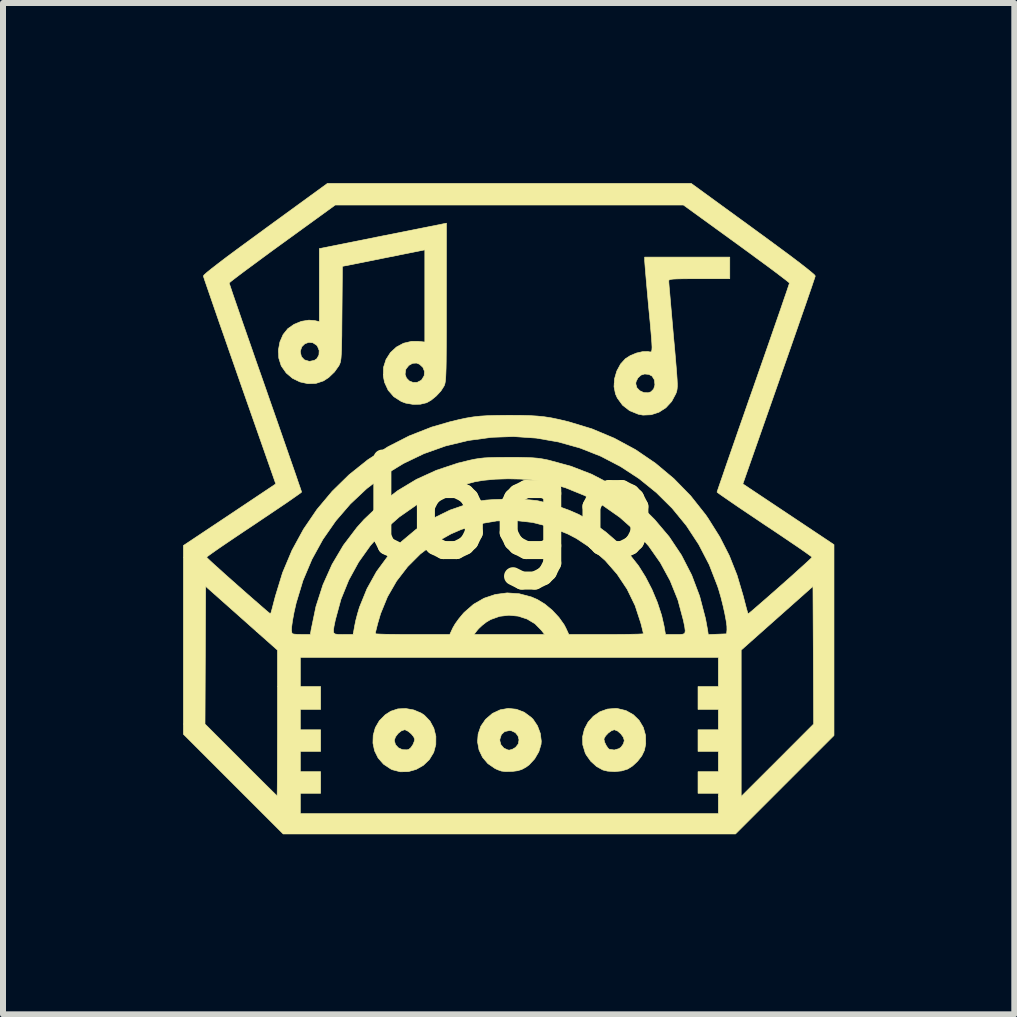
<source format=kicad_pcb>
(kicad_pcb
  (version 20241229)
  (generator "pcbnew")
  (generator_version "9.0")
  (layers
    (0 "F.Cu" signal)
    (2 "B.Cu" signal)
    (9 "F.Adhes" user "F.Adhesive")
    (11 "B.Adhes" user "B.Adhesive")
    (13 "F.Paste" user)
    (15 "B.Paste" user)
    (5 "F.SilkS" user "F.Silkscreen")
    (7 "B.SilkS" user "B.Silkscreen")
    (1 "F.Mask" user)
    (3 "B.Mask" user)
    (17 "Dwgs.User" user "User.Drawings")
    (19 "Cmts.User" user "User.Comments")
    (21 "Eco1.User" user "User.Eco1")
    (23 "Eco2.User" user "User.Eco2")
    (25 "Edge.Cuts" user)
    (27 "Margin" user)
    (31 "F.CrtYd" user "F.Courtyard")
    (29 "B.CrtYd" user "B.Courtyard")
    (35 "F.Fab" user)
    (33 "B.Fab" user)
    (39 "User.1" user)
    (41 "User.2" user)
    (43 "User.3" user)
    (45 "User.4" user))
  (footprint "logo"
    (layer "F.Cu")
    (at 5.424 5.424)
    (property "Reference" "logo" (at 0 0 0) (layer "F.SilkS") (effects (font (size 1.524 1.524) (thickness 0.3))))
    (attr through_hole)
    (fp_poly (pts (xy -1.581 3.353) (xy -1.456 3.406) (xy -1.405 3.44) (xy -1.312 3.537) (xy -1.247 3.657) (xy -1.213 3.791) (xy -1.214 3.929) (xy -1.249 4.06) (xy -1.322 4.18) (xy -1.422 4.276) (xy -1.541 4.343) (xy -1.671 4.38) (xy -1.806 4.383) (xy -1.937 4.349) (xy -1.963 4.337) (xy -2.085 4.256) (xy -2.175 4.153) (xy -2.234 4.034) (xy -2.261 3.906) (xy -2.26 3.862) (xy -1.905 3.862) (xy -1.886 3.931) (xy -1.837 3.984) (xy -1.769 4.015) (xy -1.692 4.017) (xy -1.663 4.009) (xy -1.627 3.978) (xy -1.592 3.925) (xy -1.57 3.867) (xy -1.566 3.841) (xy -1.583 3.799) (xy -1.624 3.75) (xy -1.675 3.708) (xy -1.724 3.684) (xy -1.736 3.683) (xy -1.788 3.701) (xy -1.842 3.744) (xy -1.885 3.801) (xy -1.905 3.857) (xy -1.905 3.862) (xy -2.26 3.862) (xy -2.257 3.776) (xy -2.222 3.649) (xy -2.155 3.533) (xy -2.056 3.433) (xy -1.964 3.374) (xy -1.846 3.335) (xy -1.715 3.329) (xy -1.581 3.353)) (stroke (width 0.01) (type solid)) (fill yes) (layer "F.SilkS"))
    (fp_poly (pts (xy 0.128 3.341) (xy 0.259 3.391) (xy 0.377 3.479) (xy 0.407 3.509) (xy 0.48 3.618) (xy 0.527 3.744) (xy 0.543 3.872) (xy 0.539 3.926) (xy 0.502 4.049) (xy 0.433 4.167) (xy 0.342 4.266) (xy 0.288 4.306) (xy 0.218 4.344) (xy 0.151 4.365) (xy 0.066 4.376) (xy 0.034 4.377) (xy -0.055 4.379) (xy -0.121 4.371) (xy -0.183 4.349) (xy -0.228 4.328) (xy -0.347 4.246) (xy -0.436 4.141) (xy -0.494 4.019) (xy -0.518 3.888) (xy -0.517 3.864) (xy -0.148 3.864) (xy -0.129 3.933) (xy -0.08 3.989) (xy -0.014 4.019) (xy 0.011 4.022) (xy 0.06 4.009) (xy 0.113 3.978) (xy 0.114 3.978) (xy 0.16 3.919) (xy 0.172 3.851) (xy 0.155 3.785) (xy 0.112 3.731) (xy 0.047 3.7) (xy 0.011 3.696) (xy -0.068 3.713) (xy -0.122 3.764) (xy -0.147 3.841) (xy -0.148 3.864) (xy -0.517 3.864) (xy -0.509 3.754) (xy -0.464 3.624) (xy -0.385 3.509) (xy -0.271 3.411) (xy -0.143 3.351) (xy -0.008 3.327) (xy 0.128 3.341)) (stroke (width 0.01) (type solid)) (fill yes) (layer "F.SilkS"))
    (fp_poly (pts (xy 1.81 3.329) (xy 1.953 3.363) (xy 2.075 3.431) (xy 2.172 3.525) (xy 2.242 3.642) (xy 2.28 3.775) (xy 2.283 3.919) (xy 2.261 4.026) (xy 2.218 4.116) (xy 2.148 4.207) (xy 2.062 4.287) (xy 1.983 4.337) (xy 1.884 4.368) (xy 1.766 4.38) (xy 1.647 4.372) (xy 1.569 4.353) (xy 1.464 4.295) (xy 1.367 4.207) (xy 1.291 4.1) (xy 1.275 4.069) (xy 1.234 3.933) (xy 1.232 3.841) (xy 1.587 3.841) (xy 1.598 3.89) (xy 1.625 3.946) (xy 1.657 3.992) (xy 1.677 4.008) (xy 1.759 4.02) (xy 1.838 3.997) (xy 1.874 3.97) (xy 1.911 3.917) (xy 1.926 3.863) (xy 1.926 3.862) (xy 1.91 3.807) (xy 1.868 3.75) (xy 1.815 3.704) (xy 1.762 3.683) (xy 1.757 3.683) (xy 1.712 3.699) (xy 1.659 3.737) (xy 1.614 3.785) (xy 1.589 3.83) (xy 1.587 3.841) (xy 1.232 3.841) (xy 1.231 3.799) (xy 1.262 3.671) (xy 1.323 3.555) (xy 1.41 3.458) (xy 1.519 3.383) (xy 1.645 3.338) (xy 1.785 3.327) (xy 1.81 3.329)) (stroke (width 0.01) (type solid)) (fill yes) (layer "F.SilkS"))
    (fp_poly (pts (xy 3.683 -3.831) (xy 3.175 -3.831) (xy 3.015 -3.831) (xy 2.893 -3.83) (xy 2.803 -3.828) (xy 2.74 -3.825) (xy 2.7 -3.82) (xy 2.678 -3.813) (xy 2.668 -3.804) (xy 2.667 -3.794) (xy 2.668 -3.766) (xy 2.673 -3.7) (xy 2.682 -3.601) (xy 2.693 -3.473) (xy 2.706 -3.323) (xy 2.721 -3.153) (xy 2.737 -2.969) (xy 2.744 -2.886) (xy 2.764 -2.672) (xy 2.779 -2.496) (xy 2.791 -2.353) (xy 2.8 -2.239) (xy 2.806 -2.151) (xy 2.809 -2.084) (xy 2.809 -2.034) (xy 2.806 -1.996) (xy 2.801 -1.966) (xy 2.794 -1.941) (xy 2.784 -1.915) (xy 2.784 -1.915) (xy 2.715 -1.786) (xy 2.619 -1.682) (xy 2.503 -1.607) (xy 2.373 -1.565) (xy 2.237 -1.559) (xy 2.158 -1.574) (xy 2.014 -1.633) (xy 1.897 -1.724) (xy 1.81 -1.843) (xy 1.779 -1.912) (xy 1.755 -2.032) (xy 1.758 -2.081) (xy 2.117 -2.081) (xy 2.135 -2.016) (xy 2.184 -1.965) (xy 2.251 -1.934) (xy 2.324 -1.931) (xy 2.37 -1.947) (xy 2.415 -1.993) (xy 2.436 -2.061) (xy 2.429 -2.136) (xy 2.424 -2.152) (xy 2.388 -2.209) (xy 2.335 -2.237) (xy 2.265 -2.244) (xy 2.204 -2.225) (xy 2.152 -2.177) (xy 2.121 -2.113) (xy 2.117 -2.081) (xy 1.758 -2.081) (xy 1.763 -2.163) (xy 1.801 -2.293) (xy 1.864 -2.41) (xy 1.944 -2.498) (xy 2.027 -2.551) (xy 2.129 -2.593) (xy 2.231 -2.616) (xy 2.319 -2.618) (xy 2.321 -2.618) (xy 2.342 -2.613) (xy 2.359 -2.611) (xy 2.372 -2.613) (xy 2.381 -2.625) (xy 2.386 -2.65) (xy 2.388 -2.691) (xy 2.385 -2.754) (xy 2.379 -2.842) (xy 2.369 -2.958) (xy 2.356 -3.106) (xy 2.338 -3.291) (xy 2.328 -3.397) (xy 2.313 -3.565) (xy 2.299 -3.721) (xy 2.287 -3.86) (xy 2.277 -3.976) (xy 2.27 -4.065) (xy 2.266 -4.119) (xy 2.265 -4.133) (xy 2.265 -4.191) (xy 3.683 -4.191) (xy 3.683 -3.831)) (stroke (width 0.01) (type solid)) (fill yes) (layer "F.SilkS"))
    (fp_poly (pts (xy -1.038 -3.442) (xy -1.038 -3.172) (xy -1.038 -2.941) (xy -1.039 -2.746) (xy -1.04 -2.584) (xy -1.041 -2.45) (xy -1.043 -2.343) (xy -1.046 -2.258) (xy -1.049 -2.192) (xy -1.053 -2.142) (xy -1.058 -2.105) (xy -1.064 -2.077) (xy -1.071 -2.055) (xy -1.077 -2.043) (xy -1.129 -1.961) (xy -1.206 -1.878) (xy -1.293 -1.807) (xy -1.367 -1.765) (xy -1.472 -1.74) (xy -1.595 -1.738) (xy -1.717 -1.759) (xy -1.789 -1.786) (xy -1.914 -1.866) (xy -2.008 -1.974) (xy -2.068 -2.105) (xy -2.089 -2.211) (xy -2.088 -2.239) (xy -1.726 -2.239) (xy -1.703 -2.176) (xy -1.656 -2.128) (xy -1.593 -2.103) (xy -1.525 -2.104) (xy -1.459 -2.138) (xy -1.449 -2.147) (xy -1.408 -2.214) (xy -1.402 -2.286) (xy -1.429 -2.354) (xy -1.485 -2.406) (xy -1.535 -2.426) (xy -1.6 -2.422) (xy -1.663 -2.387) (xy -1.71 -2.328) (xy -1.716 -2.313) (xy -1.726 -2.239) (xy -2.088 -2.239) (xy -2.085 -2.355) (xy -2.043 -2.486) (xy -1.97 -2.6) (xy -1.871 -2.692) (xy -1.752 -2.756) (xy -1.616 -2.788) (xy -1.511 -2.788) (xy -1.397 -2.776) (xy -1.397 -4.312) (xy -2.084 -4.174) (xy -2.77 -4.037) (xy -2.777 -3.251) (xy -2.779 -3.048) (xy -2.78 -2.882) (xy -2.783 -2.75) (xy -2.785 -2.647) (xy -2.789 -2.568) (xy -2.793 -2.509) (xy -2.799 -2.466) (xy -2.806 -2.434) (xy -2.816 -2.408) (xy -2.827 -2.385) (xy -2.829 -2.381) (xy -2.903 -2.277) (xy -2.999 -2.185) (xy -3.085 -2.129) (xy -3.212 -2.087) (xy -3.346 -2.083) (xy -3.478 -2.112) (xy -3.601 -2.172) (xy -3.706 -2.261) (xy -3.786 -2.375) (xy -3.791 -2.385) (xy -3.83 -2.509) (xy -3.834 -2.61) (xy -3.471 -2.61) (xy -3.453 -2.532) (xy -3.403 -2.479) (xy -3.327 -2.456) (xy -3.313 -2.455) (xy -3.237 -2.471) (xy -3.196 -2.498) (xy -3.161 -2.56) (xy -3.157 -2.635) (xy -3.185 -2.705) (xy -3.2 -2.724) (xy -3.262 -2.764) (xy -3.331 -2.771) (xy -3.396 -2.747) (xy -3.446 -2.698) (xy -3.47 -2.628) (xy -3.471 -2.61) (xy -3.834 -2.61) (xy -3.836 -2.644) (xy -3.811 -2.778) (xy -3.758 -2.9) (xy -3.68 -2.998) (xy -3.574 -3.072) (xy -3.453 -3.121) (xy -3.328 -3.141) (xy -3.23 -3.133) (xy -3.154 -3.116) (xy -3.154 -4.333) (xy -2.095 -4.545) (xy -1.037 -4.756) (xy -1.038 -3.442)) (stroke (width 0.01) (type solid)) (fill yes) (layer "F.SilkS"))
    (fp_poly (pts (xy 4.076 -4.665) (xy 4.322 -4.485) (xy 4.533 -4.33) (xy 4.711 -4.198) (xy 4.855 -4.089) (xy 4.966 -4.002) (xy 5.045 -3.938) (xy 5.092 -3.897) (xy 5.107 -3.877) (xy 5.107 -3.876) (xy 5.1 -3.852) (xy 5.079 -3.79) (xy 5.047 -3.694) (xy 5.003 -3.567) (xy 4.95 -3.412) (xy 4.887 -3.232) (xy 4.817 -3.03) (xy 4.74 -2.809) (xy 4.657 -2.571) (xy 4.569 -2.32) (xy 4.502 -2.127) (xy 3.901 -0.413) (xy 5.419 0.599) (xy 5.419 3.778) (xy 4.599 4.598) (xy 3.778 5.419) (xy -3.757 5.419) (xy -5.419 3.757) (xy -5.419 3.587) (xy -5.059 3.587) (xy -4.461 4.185) (xy -4.331 4.316) (xy -4.209 4.437) (xy -4.101 4.545) (xy -4.009 4.636) (xy -3.936 4.708) (xy -3.885 4.758) (xy -3.86 4.782) (xy -3.858 4.784) (xy -3.857 4.763) (xy -3.856 4.704) (xy -3.855 4.61) (xy -3.854 4.485) (xy -3.854 4.332) (xy -3.853 4.156) (xy -3.853 3.96) (xy -3.852 3.748) (xy -3.852 3.57) (xy -3.852 2.477) (xy -3.471 2.477) (xy -3.471 2.963) (xy -3.133 2.963) (xy -3.133 3.344) (xy -3.471 3.344) (xy -3.471 3.683) (xy -3.133 3.683) (xy -3.133 4.043) (xy -3.471 4.043) (xy -3.471 4.381) (xy -3.133 4.381) (xy -3.133 4.741) (xy -3.471 4.741) (xy -3.471 5.08) (xy 3.493 5.08) (xy 3.493 4.741) (xy 3.154 4.741) (xy 3.154 4.381) (xy 3.493 4.381) (xy 3.493 4.043) (xy 3.154 4.043) (xy 3.154 3.683) (xy 3.493 3.683) (xy 3.493 3.344) (xy 3.154 3.344) (xy 3.154 2.963) (xy 3.493 2.963) (xy 3.493 2.477) (xy -3.471 2.477) (xy -3.852 2.477) (xy -3.852 2.356) (xy 3.873 2.356) (xy 3.873 4.794) (xy 4.477 4.191) (xy 5.08 3.587) (xy 5.075 2.441) (xy 5.069 1.294) (xy 4.471 1.825) (xy 3.873 2.356) (xy -3.852 2.356) (xy -4.206 2.042) (xy -3.618 2.042) (xy -3.608 2.079) (xy -3.605 2.081) (xy -3.579 2.089) (xy -3.522 2.094) (xy -3.448 2.095) (xy -3.304 2.095) (xy -3.293 2.029) (xy -2.92 2.029) (xy -2.914 2.069) (xy -2.89 2.088) (xy -2.842 2.095) (xy -2.767 2.096) (xy -2.756 2.095) (xy -2.591 2.095) (xy -2.589 2.083) (xy -2.223 2.083) (xy -2.202 2.086) (xy -2.145 2.089) (xy -2.056 2.092) (xy -1.94 2.093) (xy -1.802 2.095) (xy -1.649 2.095) (xy -1.602 2.095) (xy -0.981 2.095) (xy -0.577 2.095) (xy 0.598 2.095) (xy 0.546 2.027) (xy 0.438 1.917) (xy 0.306 1.838) (xy 0.159 1.79) (xy 0.004 1.775) (xy -0.151 1.793) (xy -0.299 1.846) (xy -0.372 1.889) (xy -0.439 1.941) (xy -0.5 1.998) (xy -0.525 2.027) (xy -0.577 2.095) (xy -0.981 2.095) (xy -0.93 1.985) (xy -0.891 1.918) (xy -0.832 1.836) (xy -0.764 1.754) (xy -0.743 1.73) (xy -0.586 1.593) (xy -0.411 1.492) (xy -0.223 1.429) (xy -0.026 1.403) (xy 0.176 1.417) (xy 0.377 1.47) (xy 0.477 1.513) (xy 0.602 1.589) (xy 0.725 1.691) (xy 0.836 1.81) (xy 0.923 1.932) (xy 0.951 1.985) (xy 1.002 2.095) (xy 1.623 2.095) (xy 1.78 2.095) (xy 1.923 2.094) (xy 2.045 2.092) (xy 2.143 2.09) (xy 2.21 2.087) (xy 2.242 2.084) (xy 2.244 2.083) (xy 2.239 2.058) (xy 2.226 2.003) (xy 2.207 1.928) (xy 2.201 1.905) (xy 2.106 1.614) (xy 1.973 1.341) (xy 1.806 1.09) (xy 1.608 0.863) (xy 1.381 0.664) (xy 1.128 0.496) (xy 0.984 0.421) (xy 0.693 0.304) (xy 0.397 0.229) (xy 0.099 0.196) (xy -0.2 0.204) (xy -0.498 0.255) (xy -0.792 0.347) (xy -0.963 0.421) (xy -1.229 0.571) (xy -1.471 0.754) (xy -1.684 0.967) (xy -1.868 1.206) (xy -2.019 1.468) (xy -2.134 1.749) (xy -2.18 1.905) (xy -2.2 1.983) (xy -2.215 2.045) (xy -2.222 2.08) (xy -2.223 2.083) (xy -2.589 2.083) (xy -2.566 1.953) (xy -2.547 1.86) (xy -2.518 1.75) (xy -2.487 1.646) (xy -2.485 1.64) (xy -2.361 1.335) (xy -2.202 1.049) (xy -2.01 0.788) (xy -1.789 0.551) (xy -1.542 0.344) (xy -1.271 0.167) (xy -0.979 0.024) (xy -0.67 -0.083) (xy -0.476 -0.129) (xy -0.378 -0.143) (xy -0.249 -0.152) (xy -0.101 -0.157) (xy 0.056 -0.158) (xy 0.209 -0.155) (xy 0.348 -0.147) (xy 0.46 -0.136) (xy 0.497 -0.129) (xy 0.659 -0.09) (xy 0.836 -0.036) (xy 1.009 0.027) (xy 1.161 0.093) (xy 1.175 0.1) (xy 1.397 0.229) (xy 1.619 0.39) (xy 1.83 0.573) (xy 2.02 0.77) (xy 2.164 0.953) (xy 2.279 1.137) (xy 2.386 1.344) (xy 2.477 1.561) (xy 2.547 1.775) (xy 2.588 1.953) (xy 2.612 2.095) (xy 2.777 2.095) (xy 2.856 2.095) (xy 2.907 2.09) (xy 2.934 2.072) (xy 2.941 2.035) (xy 2.933 1.971) (xy 2.913 1.873) (xy 2.91 1.859) (xy 2.819 1.52) (xy 2.69 1.2) (xy 2.527 0.9) (xy 2.332 0.622) (xy 2.106 0.37) (xy 1.851 0.144) (xy 1.571 -0.053) (xy 1.268 -0.218) (xy 0.943 -0.35) (xy 0.598 -0.446) (xy 0.586 -0.448) (xy 0.409 -0.477) (xy 0.205 -0.493) (xy -0.011 -0.498) (xy -0.226 -0.491) (xy -0.426 -0.472) (xy -0.565 -0.448) (xy -0.91 -0.354) (xy -1.236 -0.223) (xy -1.54 -0.059) (xy -1.821 0.137) (xy -2.076 0.361) (xy -2.303 0.613) (xy -2.5 0.89) (xy -2.664 1.189) (xy -2.794 1.509) (xy -2.886 1.847) (xy -2.889 1.859) (xy -2.91 1.961) (xy -2.92 2.029) (xy -3.293 2.029) (xy -3.291 2.016) (xy -3.211 1.631) (xy -3.094 1.268) (xy -2.942 0.928) (xy -2.753 0.609) (xy -2.529 0.314) (xy -2.411 0.182) (xy -2.138 -0.078) (xy -1.848 -0.301) (xy -1.537 -0.488) (xy -1.204 -0.64) (xy -0.846 -0.759) (xy -0.646 -0.808) (xy -0.565 -0.825) (xy -0.489 -0.837) (xy -0.408 -0.846) (xy -0.315 -0.851) (xy -0.199 -0.854) (xy -0.053 -0.855) (xy 0.011 -0.855) (xy 0.17 -0.855) (xy 0.296 -0.852) (xy 0.397 -0.848) (xy 0.481 -0.841) (xy 0.558 -0.83) (xy 0.636 -0.815) (xy 0.667 -0.808) (xy 1.038 -0.707) (xy 1.384 -0.573) (xy 1.707 -0.405) (xy 2.007 -0.201) (xy 2.289 0.039) (xy 2.432 0.182) (xy 2.673 0.467) (xy 2.878 0.774) (xy 3.048 1.105) (xy 3.181 1.457) (xy 3.279 1.832) (xy 3.313 2.017) (xy 3.325 2.097) (xy 3.63 2.085) (xy 3.636 2.02) (xy 3.635 1.957) (xy 3.622 1.863) (xy 3.6 1.746) (xy 3.571 1.616) (xy 3.537 1.48) (xy 3.499 1.349) (xy 3.48 1.291) (xy 3.341 0.933) (xy 3.166 0.596) (xy 2.96 0.282) (xy 2.724 -0.006) (xy 2.461 -0.267) (xy 2.173 -0.5) (xy 1.864 -0.702) (xy 1.536 -0.873) (xy 1.19 -1.01) (xy 0.831 -1.111) (xy 0.46 -1.176) (xy 0.08 -1.202) (xy -0.282 -1.189) (xy -0.674 -1.136) (xy -1.051 -1.045) (xy -1.411 -0.917) (xy -1.751 -0.754) (xy -2.071 -0.559) (xy -2.367 -0.333) (xy -2.638 -0.078) (xy -2.882 0.205) (xy -3.096 0.513) (xy -3.278 0.844) (xy -3.427 1.197) (xy -3.54 1.57) (xy -3.576 1.728) (xy -3.602 1.869) (xy -3.616 1.973) (xy -3.618 2.042) (xy -4.206 2.042) (xy -4.45 1.825) (xy -5.048 1.294) (xy -5.054 2.441) (xy -5.059 3.587) (xy -5.419 3.587) (xy -5.419 0.809) (xy -5.032 0.809) (xy -5.015 0.827) (xy -4.972 0.868) (xy -4.906 0.929) (xy -4.821 1.005) (xy -4.724 1.093) (xy -4.617 1.188) (xy -4.505 1.287) (xy -4.393 1.386) (xy -4.285 1.481) (xy -4.186 1.567) (xy -4.101 1.641) (xy -4.033 1.7) (xy -3.987 1.738) (xy -3.967 1.751) (xy -3.967 1.751) (xy -3.959 1.729) (xy -3.943 1.674) (xy -3.922 1.592) (xy -3.896 1.493) (xy -3.887 1.459) (xy -3.767 1.067) (xy -3.61 0.694) (xy -3.418 0.342) (xy -3.194 0.013) (xy -2.94 -0.29) (xy -2.657 -0.567) (xy -2.348 -0.814) (xy -2.014 -1.03) (xy -1.658 -1.212) (xy -1.281 -1.36) (xy -0.977 -1.448) (xy -0.832 -1.483) (xy -0.706 -1.51) (xy -0.59 -1.529) (xy -0.472 -1.542) (xy -0.344 -1.55) (xy -0.196 -1.554) (xy -0.016 -1.556) (xy 0.011 -1.556) (xy 0.195 -1.555) (xy 0.347 -1.551) (xy 0.477 -1.543) (xy 0.595 -1.531) (xy 0.711 -1.513) (xy 0.835 -1.487) (xy 0.977 -1.453) (xy 0.998 -1.448) (xy 1.387 -1.33) (xy 1.759 -1.174) (xy 2.113 -0.983) (xy 2.445 -0.757) (xy 2.752 -0.5) (xy 3.032 -0.213) (xy 3.281 0.101) (xy 3.321 0.159) (xy 3.516 0.47) (xy 3.675 0.782) (xy 3.804 1.107) (xy 3.908 1.458) (xy 3.908 1.459) (xy 3.935 1.563) (xy 3.958 1.651) (xy 3.976 1.715) (xy 3.987 1.749) (xy 3.988 1.751) (xy 4.005 1.74) (xy 4.049 1.704) (xy 4.115 1.647) (xy 4.199 1.574) (xy 4.297 1.489) (xy 4.404 1.395) (xy 4.516 1.296) (xy 4.628 1.197) (xy 4.736 1.101) (xy 4.834 1.012) (xy 4.92 0.935) (xy 4.988 0.873) (xy 5.034 0.829) (xy 5.053 0.809) (xy 5.053 0.809) (xy 5.037 0.794) (xy 4.989 0.759) (xy 4.913 0.705) (xy 4.812 0.635) (xy 4.689 0.552) (xy 4.549 0.457) (xy 4.394 0.353) (xy 4.264 0.267) (xy 4.101 0.157) (xy 3.949 0.055) (xy 3.811 -0.038) (xy 3.693 -0.119) (xy 3.596 -0.186) (xy 3.524 -0.236) (xy 3.482 -0.267) (xy 3.471 -0.277) (xy 3.478 -0.299) (xy 3.498 -0.358) (xy 3.53 -0.451) (xy 3.573 -0.575) (xy 3.625 -0.728) (xy 3.687 -0.906) (xy 3.757 -1.107) (xy 3.833 -1.327) (xy 3.916 -1.563) (xy 4.003 -1.814) (xy 4.075 -2.017) (xy 4.165 -2.276) (xy 4.252 -2.524) (xy 4.333 -2.757) (xy 4.408 -2.973) (xy 4.476 -3.169) (xy 4.536 -3.342) (xy 4.586 -3.489) (xy 4.627 -3.607) (xy 4.656 -3.694) (xy 4.673 -3.745) (xy 4.677 -3.759) (xy 4.66 -3.775) (xy 4.612 -3.813) (xy 4.536 -3.871) (xy 4.436 -3.947) (xy 4.314 -4.038) (xy 4.173 -4.141) (xy 4.018 -4.255) (xy 3.851 -4.377) (xy 3.793 -4.419) (xy 2.91 -5.059) (xy -2.889 -5.059) (xy -3.772 -4.419) (xy -3.943 -4.295) (xy -4.102 -4.178) (xy -4.248 -4.07) (xy -4.377 -3.975) (xy -4.485 -3.894) (xy -4.569 -3.83) (xy -4.627 -3.785) (xy -4.654 -3.762) (xy -4.656 -3.759) (xy -4.649 -3.737) (xy -4.629 -3.677) (xy -4.598 -3.584) (xy -4.555 -3.459) (xy -4.502 -3.306) (xy -4.441 -3.128) (xy -4.371 -2.927) (xy -4.294 -2.707) (xy -4.212 -2.47) (xy -4.124 -2.22) (xy -4.053 -2.017) (xy -3.963 -1.758) (xy -3.876 -1.51) (xy -3.795 -1.277) (xy -3.72 -1.061) (xy -3.652 -0.865) (xy -3.592 -0.693) (xy -3.541 -0.546) (xy -3.501 -0.428) (xy -3.471 -0.342) (xy -3.454 -0.291) (xy -3.45 -0.277) (xy -3.467 -0.262) (xy -3.516 -0.227) (xy -3.593 -0.173) (xy -3.695 -0.102) (xy -3.818 -0.019) (xy -3.959 0.076) (xy -4.114 0.18) (xy -4.243 0.267) (xy -4.407 0.376) (xy -4.559 0.478) (xy -4.695 0.57) (xy -4.814 0.651) (xy -4.91 0.718) (xy -4.98 0.768) (xy -5.022 0.799) (xy -5.032 0.809) (xy -5.419 0.809) (xy -5.419 0.614) (xy -4.649 0.101) (xy -3.88 -0.413) (xy -4.481 -2.127) (xy -4.571 -2.386) (xy -4.658 -2.634) (xy -4.739 -2.868) (xy -4.815 -3.084) (xy -4.883 -3.281) (xy -4.943 -3.455) (xy -4.994 -3.603) (xy -5.035 -3.722) (xy -5.065 -3.809) (xy -5.082 -3.862) (xy -5.086 -3.876) (xy -5.072 -3.896) (xy -5.026 -3.937) (xy -4.948 -4) (xy -4.837 -4.086) (xy -4.694 -4.195) (xy -4.517 -4.326) (xy -4.306 -4.481) (xy -4.061 -4.66) (xy -4.055 -4.665) (xy -3.019 -5.419) (xy 3.04 -5.419) (xy 4.076 -4.665)) (stroke (width 0.01) (type solid)) (fill yes) (layer "F.SilkS")))
  (gr_rect
    (start -3 -3)
    (end 13.847 13.847)
    (stroke (width 0.1) (type default))
    (fill no)
    (layer "Edge.Cuts")))
</source>
